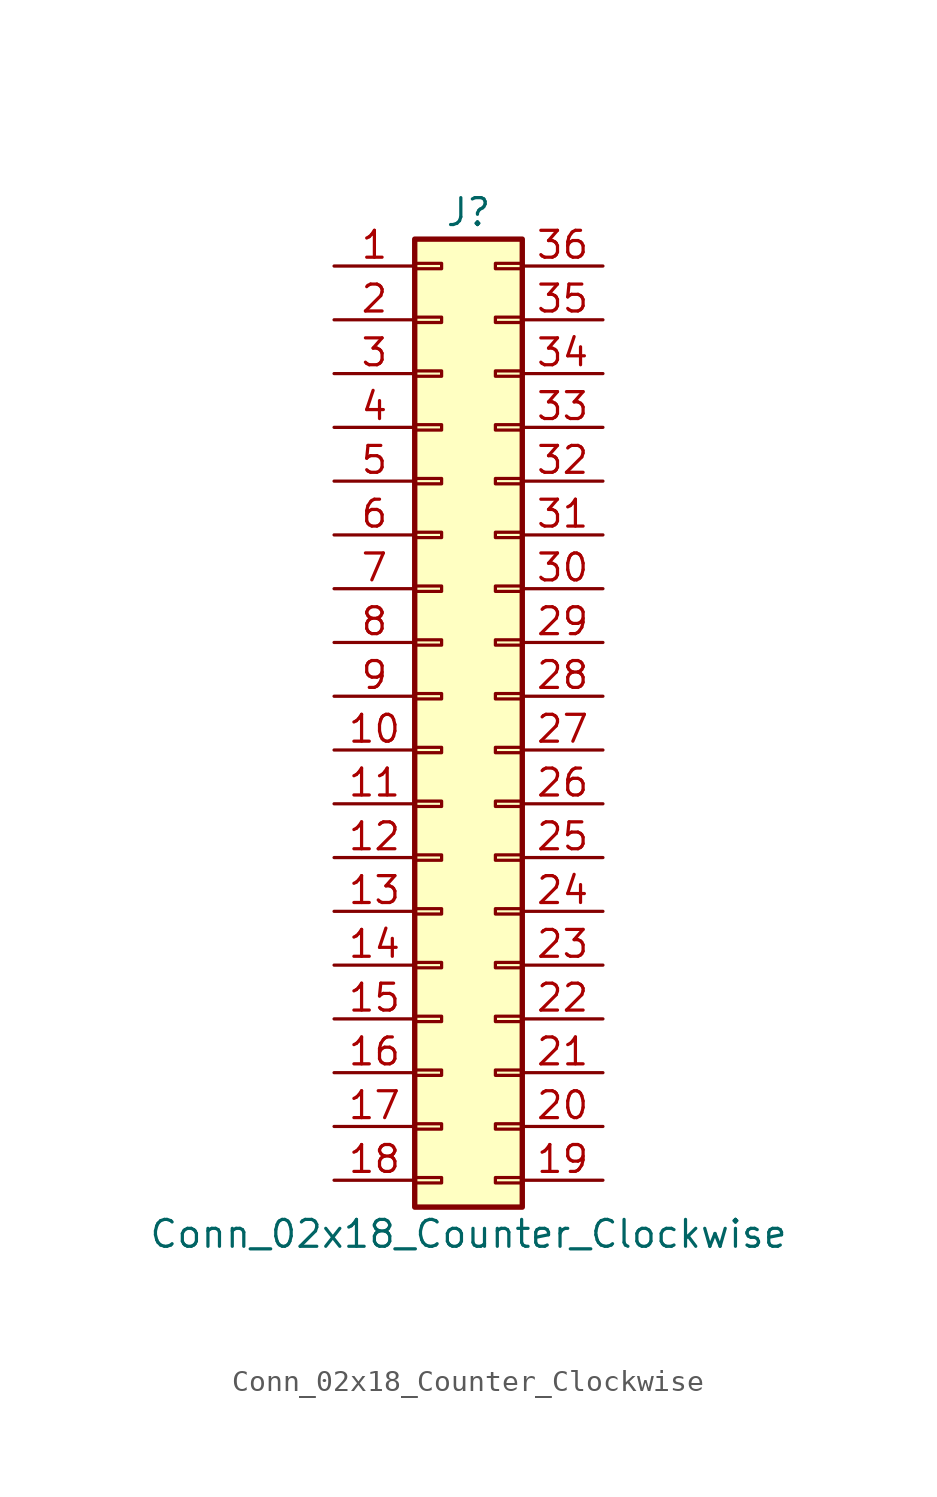
<source format=kicad_sym>
(kicad_symbol_lib
  (version 20211014)
  (generator kicad_symbol_editor)
  (symbol "Conn_02x18_Counter_Clockwise"
    (pin_names
      (offset 1.016) hide)
    (property "Reference" "J"
      (at 1.27 22.86 0)
      (effects (font (size 1.27 1.27))))
    (property "Value" "Conn_02x18_Counter_Clockwise"
      (at 1.27 -25.4 0)
      (effects (font (size 1.27 1.27))))
    (symbol "Conn_02x18_Counter_Clockwise_1_1"
      (rectangle (start -1.27 -22.733) (end 0 -22.987) (stroke (width 0.152) (type default) (color 0 0 0 0)) (fill (type none)))
      (rectangle (start -1.27 -20.193) (end 0 -20.447) (stroke (width 0.152) (type default) (color 0 0 0 0)) (fill (type none)))
      (rectangle (start -1.27 -17.653) (end 0 -17.907) (stroke (width 0.152) (type default) (color 0 0 0 0)) (fill (type none)))
      (rectangle (start -1.27 -15.113) (end 0 -15.367) (stroke (width 0.152) (type default) (color 0 0 0 0)) (fill (type none)))
      (rectangle (start -1.27 -12.573) (end 0 -12.827) (stroke (width 0.152) (type default) (color 0 0 0 0)) (fill (type none)))
      (rectangle (start -1.27 -10.033) (end 0 -10.287) (stroke (width 0.152) (type default) (color 0 0 0 0)) (fill (type none)))
      (rectangle (start -1.27 -7.493) (end 0 -7.747) (stroke (width 0.152) (type default) (color 0 0 0 0)) (fill (type none)))
      (rectangle (start -1.27 -4.953) (end 0 -5.207) (stroke (width 0.152) (type default) (color 0 0 0 0)) (fill (type none)))
      (rectangle (start -1.27 -2.413) (end 0 -2.667) (stroke (width 0.152) (type default) (color 0 0 0 0)) (fill (type none)))
      (rectangle (start -1.27 0.127) (end 0 -0.127) (stroke (width 0.152) (type default) (color 0 0 0 0)) (fill (type none)))
      (rectangle (start -1.27 2.667) (end 0 2.413) (stroke (width 0.152) (type default) (color 0 0 0 0)) (fill (type none)))
      (rectangle (start -1.27 5.207) (end 0 4.953) (stroke (width 0.152) (type default) (color 0 0 0 0)) (fill (type none)))
      (rectangle (start -1.27 7.747) (end 0 7.493) (stroke (width 0.152) (type default) (color 0 0 0 0)) (fill (type none)))
      (rectangle (start -1.27 10.287) (end 0 10.033) (stroke (width 0.152) (type default) (color 0 0 0 0)) (fill (type none)))
      (rectangle (start -1.27 12.827) (end 0 12.573) (stroke (width 0.152) (type default) (color 0 0 0 0)) (fill (type none)))
      (rectangle (start -1.27 15.367) (end 0 15.113) (stroke (width 0.152) (type default) (color 0 0 0 0)) (fill (type none)))
      (rectangle (start -1.27 17.907) (end 0 17.653) (stroke (width 0.152) (type default) (color 0 0 0 0)) (fill (type none)))
      (rectangle (start -1.27 20.447) (end 0 20.193) (stroke (width 0.152) (type default) (color 0 0 0 0)) (fill (type none)))
      (rectangle (start -1.27 21.59) (end 3.81 -24.13) (stroke (width 0.254) (type default) (color 0 0 0 0)) (fill (type background)))
      (rectangle (start 3.81 -22.733) (end 2.54 -22.987) (stroke (width 0.152) (type default) (color 0 0 0 0)) (fill (type none)))
      (rectangle (start 3.81 -20.193) (end 2.54 -20.447) (stroke (width 0.152) (type default) (color 0 0 0 0)) (fill (type none)))
      (rectangle (start 3.81 -17.653) (end 2.54 -17.907) (stroke (width 0.152) (type default) (color 0 0 0 0)) (fill (type none)))
      (rectangle (start 3.81 -15.113) (end 2.54 -15.367) (stroke (width 0.152) (type default) (color 0 0 0 0)) (fill (type none)))
      (rectangle (start 3.81 -12.573) (end 2.54 -12.827) (stroke (width 0.152) (type default) (color 0 0 0 0)) (fill (type none)))
      (rectangle (start 3.81 -10.033) (end 2.54 -10.287) (stroke (width 0.152) (type default) (color 0 0 0 0)) (fill (type none)))
      (rectangle (start 3.81 -7.493) (end 2.54 -7.747) (stroke (width 0.152) (type default) (color 0 0 0 0)) (fill (type none)))
      (rectangle (start 3.81 -4.953) (end 2.54 -5.207) (stroke (width 0.152) (type default) (color 0 0 0 0)) (fill (type none)))
      (rectangle (start 3.81 -2.413) (end 2.54 -2.667) (stroke (width 0.152) (type default) (color 0 0 0 0)) (fill (type none)))
      (rectangle (start 3.81 0.127) (end 2.54 -0.127) (stroke (width 0.152) (type default) (color 0 0 0 0)) (fill (type none)))
      (rectangle (start 3.81 2.667) (end 2.54 2.413) (stroke (width 0.152) (type default) (color 0 0 0 0)) (fill (type none)))
      (rectangle (start 3.81 5.207) (end 2.54 4.953) (stroke (width 0.152) (type default) (color 0 0 0 0)) (fill (type none)))
      (rectangle (start 3.81 7.747) (end 2.54 7.493) (stroke (width 0.152) (type default) (color 0 0 0 0)) (fill (type none)))
      (rectangle (start 3.81 10.287) (end 2.54 10.033) (stroke (width 0.152) (type default) (color 0 0 0 0)) (fill (type none)))
      (rectangle (start 3.81 12.827) (end 2.54 12.573) (stroke (width 0.152) (type default) (color 0 0 0 0)) (fill (type none)))
      (rectangle (start 3.81 15.367) (end 2.54 15.113) (stroke (width 0.152) (type default) (color 0 0 0 0)) (fill (type none)))
      (rectangle (start 3.81 17.907) (end 2.54 17.653) (stroke (width 0.152) (type default) (color 0 0 0 0)) (fill (type none)))
      (rectangle (start 3.81 20.447) (end 2.54 20.193) (stroke (width 0.152) (type default) (color 0 0 0 0)) (fill (type none)))
      (pin passive line (at -5.08 20.32 0) (length 3.81) (name "Pin_1" (effects (font (size 1.27 1.27)))) (number "1" (effects (font (size 1.27 1.27)))))
      (pin passive line (at -5.08 -2.54 0) (length 3.81) (name "Pin_10" (effects (font (size 1.27 1.27)))) (number "10" (effects (font (size 1.27 1.27)))))
      (pin passive line (at -5.08 -5.08 0) (length 3.81) (name "Pin_11" (effects (font (size 1.27 1.27)))) (number "11" (effects (font (size 1.27 1.27)))))
      (pin passive line (at -5.08 -7.62 0) (length 3.81) (name "Pin_12" (effects (font (size 1.27 1.27)))) (number "12" (effects (font (size 1.27 1.27)))))
      (pin passive line (at -5.08 -10.16 0) (length 3.81) (name "Pin_13" (effects (font (size 1.27 1.27)))) (number "13" (effects (font (size 1.27 1.27)))))
      (pin passive line (at -5.08 -12.7 0) (length 3.81) (name "Pin_14" (effects (font (size 1.27 1.27)))) (number "14" (effects (font (size 1.27 1.27)))))
      (pin passive line (at -5.08 -15.24 0) (length 3.81) (name "Pin_15" (effects (font (size 1.27 1.27)))) (number "15" (effects (font (size 1.27 1.27)))))
      (pin passive line (at -5.08 -17.78 0) (length 3.81) (name "Pin_16" (effects (font (size 1.27 1.27)))) (number "16" (effects (font (size 1.27 1.27)))))
      (pin passive line (at -5.08 -20.32 0) (length 3.81) (name "Pin_17" (effects (font (size 1.27 1.27)))) (number "17" (effects (font (size 1.27 1.27)))))
      (pin passive line (at -5.08 -22.86 0) (length 3.81) (name "Pin_18" (effects (font (size 1.27 1.27)))) (number "18" (effects (font (size 1.27 1.27)))))
      (pin passive line (at 7.62 -22.86 180) (length 3.81) (name "Pin_19" (effects (font (size 1.27 1.27)))) (number "19" (effects (font (size 1.27 1.27)))))
      (pin passive line (at -5.08 17.78 0) (length 3.81) (name "Pin_2" (effects (font (size 1.27 1.27)))) (number "2" (effects (font (size 1.27 1.27)))))
      (pin passive line (at 7.62 -20.32 180) (length 3.81) (name "Pin_20" (effects (font (size 1.27 1.27)))) (number "20" (effects (font (size 1.27 1.27)))))
      (pin passive line (at 7.62 -17.78 180) (length 3.81) (name "Pin_21" (effects (font (size 1.27 1.27)))) (number "21" (effects (font (size 1.27 1.27)))))
      (pin passive line (at 7.62 -15.24 180) (length 3.81) (name "Pin_22" (effects (font (size 1.27 1.27)))) (number "22" (effects (font (size 1.27 1.27)))))
      (pin passive line (at 7.62 -12.7 180) (length 3.81) (name "Pin_23" (effects (font (size 1.27 1.27)))) (number "23" (effects (font (size 1.27 1.27)))))
      (pin passive line (at 7.62 -10.16 180) (length 3.81) (name "Pin_24" (effects (font (size 1.27 1.27)))) (number "24" (effects (font (size 1.27 1.27)))))
      (pin passive line (at 7.62 -7.62 180) (length 3.81) (name "Pin_25" (effects (font (size 1.27 1.27)))) (number "25" (effects (font (size 1.27 1.27)))))
      (pin passive line (at 7.62 -5.08 180) (length 3.81) (name "Pin_26" (effects (font (size 1.27 1.27)))) (number "26" (effects (font (size 1.27 1.27)))))
      (pin passive line (at 7.62 -2.54 180) (length 3.81) (name "Pin_27" (effects (font (size 1.27 1.27)))) (number "27" (effects (font (size 1.27 1.27)))))
      (pin passive line (at 7.62 0 180) (length 3.81) (name "Pin_28" (effects (font (size 1.27 1.27)))) (number "28" (effects (font (size 1.27 1.27)))))
      (pin passive line (at 7.62 2.54 180) (length 3.81) (name "Pin_29" (effects (font (size 1.27 1.27)))) (number "29" (effects (font (size 1.27 1.27)))))
      (pin passive line (at -5.08 15.24 0) (length 3.81) (name "Pin_3" (effects (font (size 1.27 1.27)))) (number "3" (effects (font (size 1.27 1.27)))))
      (pin passive line (at 7.62 5.08 180) (length 3.81) (name "Pin_30" (effects (font (size 1.27 1.27)))) (number "30" (effects (font (size 1.27 1.27)))))
      (pin passive line (at 7.62 7.62 180) (length 3.81) (name "Pin_31" (effects (font (size 1.27 1.27)))) (number "31" (effects (font (size 1.27 1.27)))))
      (pin passive line (at 7.62 10.16 180) (length 3.81) (name "Pin_32" (effects (font (size 1.27 1.27)))) (number "32" (effects (font (size 1.27 1.27)))))
      (pin passive line (at 7.62 12.7 180) (length 3.81) (name "Pin_33" (effects (font (size 1.27 1.27)))) (number "33" (effects (font (size 1.27 1.27)))))
      (pin passive line (at 7.62 15.24 180) (length 3.81) (name "Pin_34" (effects (font (size 1.27 1.27)))) (number "34" (effects (font (size 1.27 1.27)))))
      (pin passive line (at 7.62 17.78 180) (length 3.81) (name "Pin_35" (effects (font (size 1.27 1.27)))) (number "35" (effects (font (size 1.27 1.27)))))
      (pin passive line (at 7.62 20.32 180) (length 3.81) (name "Pin_36" (effects (font (size 1.27 1.27)))) (number "36" (effects (font (size 1.27 1.27)))))
      (pin passive line (at -5.08 12.7 0) (length 3.81) (name "Pin_4" (effects (font (size 1.27 1.27)))) (number "4" (effects (font (size 1.27 1.27)))))
      (pin passive line (at -5.08 10.16 0) (length 3.81) (name "Pin_5" (effects (font (size 1.27 1.27)))) (number "5" (effects (font (size 1.27 1.27)))))
      (pin passive line (at -5.08 7.62 0) (length 3.81) (name "Pin_6" (effects (font (size 1.27 1.27)))) (number "6" (effects (font (size 1.27 1.27)))))
      (pin passive line (at -5.08 5.08 0) (length 3.81) (name "Pin_7" (effects (font (size 1.27 1.27)))) (number "7" (effects (font (size 1.27 1.27)))))
      (pin passive line (at -5.08 2.54 0) (length 3.81) (name "Pin_8" (effects (font (size 1.27 1.27)))) (number "8" (effects (font (size 1.27 1.27)))))
      (pin passive line (at -5.08 0 0) (length 3.81) (name "Pin_9" (effects (font (size 1.27 1.27)))) (number "9" (effects (font (size 1.27 1.27))))))))
</source>
